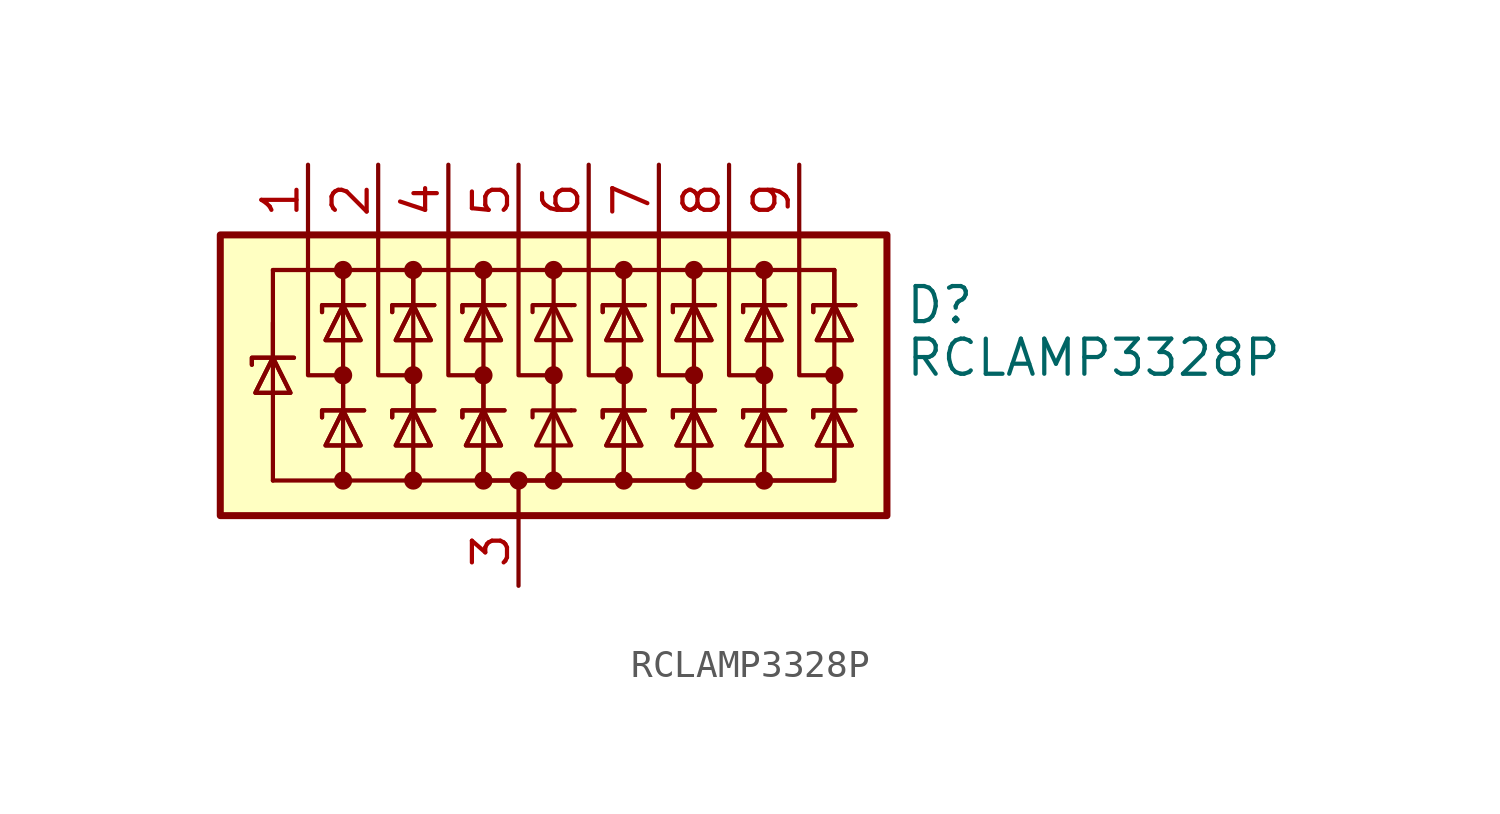
<source format=kicad_sym>
(kicad_symbol_lib
  (version 20201005)
  (generator kicad_symbol_editor)
  (symbol "Power_Protection:RCLAMP3328P"
    (pin_names hide)
    (property "Reference" "D"
      (at 13.97 2.54 0)
      (effects (font (size 1.27 1.27)) (justify left)))
    (property "Value" "RCLAMP3328P"
      (at 13.97 0.635 0)
      (effects (font (size 1.27 1.27)) (justify left)))
    (symbol "RCLAMP3328P_0_0"
      (pin passive line (at 0 -7.62 90) (length 2.54) (name "A" (effects (font (size 1.27 1.27)))) (number "3" (effects (font (size 1.27 1.27))))))
    (symbol "RCLAMP3328P_0_1"
      (circle (center -6.35 -3.81) (radius 0.254) (stroke (width 0)) (fill (type outline)))
      (circle (center -6.35 0) (radius 0.254) (stroke (width 0)) (fill (type outline)))
      (circle (center -6.35 3.81) (radius 0.254) (stroke (width 0)) (fill (type outline)))
      (circle (center -3.81 -3.81) (radius 0.254) (stroke (width 0)) (fill (type outline)))
      (circle (center -3.81 0) (radius 0.254) (stroke (width 0)) (fill (type outline)))
      (circle (center -3.81 3.81) (radius 0.254) (stroke (width 0)) (fill (type outline)))
      (circle (center -1.27 -3.81) (radius 0.254) (stroke (width 0)) (fill (type outline)))
      (circle (center -1.27 0) (radius 0.254) (stroke (width 0)) (fill (type outline)))
      (circle (center -1.27 3.81) (radius 0.254) (stroke (width 0)) (fill (type outline)))
      (circle (center 0 -3.81) (radius 0.254) (stroke (width 0)) (fill (type outline)))
      (circle (center 1.27 -3.81) (radius 0.254) (stroke (width 0)) (fill (type outline)))
      (circle (center 1.27 0) (radius 0.254) (stroke (width 0)) (fill (type outline)))
      (circle (center 1.27 3.81) (radius 0.254) (stroke (width 0)) (fill (type outline)))
      (circle (center 3.81 -3.81) (radius 0.254) (stroke (width 0)) (fill (type outline)))
      (circle (center 3.81 0) (radius 0.254) (stroke (width 0)) (fill (type outline)))
      (circle (center 3.81 3.81) (radius 0.254) (stroke (width 0)) (fill (type outline)))
      (circle (center 6.35 -3.81) (radius 0.254) (stroke (width 0)) (fill (type outline)))
      (circle (center 6.35 0) (radius 0.254) (stroke (width 0)) (fill (type outline)))
      (circle (center 6.35 3.81) (radius 0.254) (stroke (width 0)) (fill (type outline)))
      (circle (center 8.89 -3.81) (radius 0.254) (stroke (width 0)) (fill (type outline)))
      (circle (center 8.89 0) (radius 0.254) (stroke (width 0)) (fill (type outline)))
      (circle (center 8.89 3.81) (radius 0.254) (stroke (width 0)) (fill (type outline)))
      (circle (center 11.43 0) (radius 0.254) (stroke (width 0)) (fill (type outline)))
      (rectangle (start -10.795 5.08) (end 13.335 -5.08) (stroke (width 0.254)) (fill (type background)))
      (polyline (pts (xy -8.89 0.635) (xy -8.89 -3.81)) (stroke (width 0)) (fill (type none)))
      (polyline (pts (xy -8.89 1.905) (xy -8.89 0.635)) (stroke (width 0)) (fill (type none)))
      (polyline (pts (xy -8.89 3.81) (xy -8.89 0.635)) (stroke (width 0)) (fill (type none)))
      (polyline (pts (xy -6.35 -3.81) (xy -8.89 -3.81)) (stroke (width 0)) (fill (type none)))
      (polyline (pts (xy -6.35 0) (xy -6.35 -1.27)) (stroke (width 0)) (fill (type none)))
      (polyline (pts (xy -6.35 2.54) (xy -6.35 -1.27)) (stroke (width 0)) (fill (type none)))
      (polyline (pts (xy -6.35 3.81) (xy -6.35 2.54)) (stroke (width 0)) (fill (type none)))
      (polyline (pts (xy -6.35 3.81) (xy -6.35 2.54)) (stroke (width 0)) (fill (type none)))
      (polyline (pts (xy -3.81 0) (xy -3.81 -1.27)) (stroke (width 0)) (fill (type none)))
      (polyline (pts (xy -3.81 2.54) (xy -3.81 -1.27)) (stroke (width 0)) (fill (type none)))
      (polyline (pts (xy -3.81 3.81) (xy -3.81 2.54)) (stroke (width 0)) (fill (type none)))
      (polyline (pts (xy -3.81 3.81) (xy -3.81 2.54)) (stroke (width 0)) (fill (type none)))
      (polyline (pts (xy -1.27 0) (xy -1.27 -1.27)) (stroke (width 0)) (fill (type none)))
      (polyline (pts (xy -1.27 2.54) (xy -1.27 -1.27)) (stroke (width 0)) (fill (type none)))
      (polyline (pts (xy -1.27 3.81) (xy -1.27 2.54)) (stroke (width 0)) (fill (type none)))
      (polyline (pts (xy -1.27 3.81) (xy -1.27 2.54)) (stroke (width 0)) (fill (type none)))
      (polyline (pts (xy 0 -5.08) (xy 0 -3.81)) (stroke (width 0)) (fill (type none)))
      (polyline (pts (xy 1.27 -3.81) (xy 1.27 2.54)) (stroke (width 0)) (fill (type none)))
      (polyline (pts (xy 1.27 3.81) (xy 1.27 2.54)) (stroke (width 0)) (fill (type none)))
      (polyline (pts (xy 1.905 -1.27) (xy 2.032 -1.27)) (stroke (width 0)) (fill (type none)))
      (polyline (pts (xy 1.905 2.54) (xy 2.032 2.54)) (stroke (width 0)) (fill (type none)))
      (polyline (pts (xy 3.81 2.54) (xy 3.81 -1.27)) (stroke (width 0)) (fill (type none)))
      (polyline (pts (xy 3.81 3.81) (xy 3.81 2.54)) (stroke (width 0)) (fill (type none)))
      (polyline (pts (xy 6.35 2.54) (xy 6.35 -1.27)) (stroke (width 0)) (fill (type none)))
      (polyline (pts (xy 6.35 3.81) (xy 6.35 2.54)) (stroke (width 0)) (fill (type none)))
      (polyline (pts (xy 6.35 3.81) (xy 6.35 2.54)) (stroke (width 0)) (fill (type none)))
      (polyline (pts (xy 8.89 2.54) (xy 8.89 -1.27)) (stroke (width 0)) (fill (type none)))
      (polyline (pts (xy 8.89 3.81) (xy 8.89 2.54)) (stroke (width 0)) (fill (type none)))
      (polyline (pts (xy 8.89 3.81) (xy 8.89 2.54)) (stroke (width 0)) (fill (type none)))
      (polyline (pts (xy 11.43 2.54) (xy 11.43 -1.27)) (stroke (width 0)) (fill (type none)))
      (polyline (pts (xy 11.43 3.81) (xy -8.89 3.81)) (stroke (width 0)) (fill (type none)))
      (polyline (pts (xy 11.43 3.81) (xy 11.43 2.54)) (stroke (width 0)) (fill (type none)))
      (polyline (pts (xy 11.43 3.81) (xy 11.43 2.54)) (stroke (width 0)) (fill (type none)))
      (polyline (pts (xy -7.62 5.08) (xy -7.62 0) (xy -6.35 0)) (stroke (width 0)) (fill (type none)))
      (polyline (pts (xy -6.35 -1.27) (xy -6.35 -3.81) (xy -3.81 -3.81)) (stroke (width 0)) (fill (type none)))
      (polyline (pts (xy -5.08 5.08) (xy -5.08 0) (xy -3.81 0)) (stroke (width 0)) (fill (type none)))
      (polyline (pts (xy -3.81 -1.27) (xy -3.81 -3.81) (xy -1.27 -3.81)) (stroke (width 0)) (fill (type none)))
      (polyline (pts (xy -2.54 5.08) (xy -2.54 0) (xy -1.27 0)) (stroke (width 0)) (fill (type none)))
      (polyline (pts (xy 0 5.08) (xy 0 0) (xy 1.27 0)) (stroke (width 0)) (fill (type none)))
      (polyline (pts (xy 1.905 -1.27) (xy 0.508 -1.27) (xy 0.508 -1.524)) (stroke (width 0)) (fill (type none)))
      (polyline (pts (xy 1.905 2.54) (xy 0.508 2.54) (xy 0.508 2.286)) (stroke (width 0)) (fill (type none)))
      (polyline (pts (xy 2.54 5.08) (xy 2.54 0) (xy 3.81 0)) (stroke (width 0)) (fill (type none)))
      (polyline (pts (xy 5.08 5.08) (xy 5.08 0) (xy 6.35 0)) (stroke (width 0)) (fill (type none)))
      (polyline (pts (xy 6.35 -1.27) (xy 6.35 -3.81) (xy 3.81 -3.81)) (stroke (width 0)) (fill (type none)))
      (polyline (pts (xy 6.35 -1.27) (xy 6.35 -3.81) (xy 3.81 -3.81)) (stroke (width 0)) (fill (type none)))
      (polyline (pts (xy 7.62 5.08) (xy 7.62 0) (xy 8.89 0)) (stroke (width 0)) (fill (type none)))
      (polyline (pts (xy 8.89 -1.27) (xy 8.89 -3.81) (xy 6.35 -3.81)) (stroke (width 0)) (fill (type none)))
      (polyline (pts (xy 8.89 -1.27) (xy 8.89 -3.81) (xy 6.35 -3.81)) (stroke (width 0)) (fill (type none)))
      (polyline (pts (xy 10.16 5.08) (xy 10.16 0) (xy 11.43 0)) (stroke (width 0)) (fill (type none)))
      (polyline (pts (xy 11.43 -1.27) (xy 11.43 -3.81) (xy 8.89 -3.81)) (stroke (width 0)) (fill (type none)))
      (polyline (pts (xy 11.43 -1.27) (xy 11.43 -3.81) (xy 8.89 -3.81)) (stroke (width 0)) (fill (type none)))
      (polyline (pts (xy -9.652 0.381) (xy -9.652 0.635) (xy -8.255 0.635) (xy -8.128 0.635)) (stroke (width 0)) (fill (type none)))
      (polyline (pts (xy -9.652 0.381) (xy -9.652 0.635) (xy -8.255 0.635) (xy -8.128 0.635)) (stroke (width 0)) (fill (type none)))
      (polyline (pts (xy -8.89 0.635) (xy -8.255 -0.635) (xy -9.525 -0.635) (xy -8.89 0.635)) (stroke (width 0)) (fill (type none)))
      (polyline (pts (xy -8.89 0.635) (xy -8.255 -0.635) (xy -9.525 -0.635) (xy -8.89 0.635)) (stroke (width 0)) (fill (type none)))
      (polyline (pts (xy -7.112 -1.524) (xy -7.112 -1.27) (xy -5.715 -1.27) (xy -5.588 -1.27)) (stroke (width 0)) (fill (type none)))
      (polyline (pts (xy -7.112 -1.524) (xy -7.112 -1.27) (xy -5.715 -1.27) (xy -5.588 -1.27)) (stroke (width 0)) (fill (type none)))
      (polyline (pts (xy -7.112 2.286) (xy -7.112 2.54) (xy -5.715 2.54) (xy -5.588 2.54)) (stroke (width 0)) (fill (type none)))
      (polyline (pts (xy -7.112 2.286) (xy -7.112 2.54) (xy -5.715 2.54) (xy -5.588 2.54)) (stroke (width 0)) (fill (type none)))
      (polyline (pts (xy -6.35 -1.27) (xy -5.715 -2.54) (xy -6.985 -2.54) (xy -6.35 -1.27)) (stroke (width 0)) (fill (type none)))
      (polyline (pts (xy -6.35 -1.27) (xy -5.715 -2.54) (xy -6.985 -2.54) (xy -6.35 -1.27)) (stroke (width 0)) (fill (type none)))
      (polyline (pts (xy -6.35 2.54) (xy -5.715 1.27) (xy -6.985 1.27) (xy -6.35 2.54)) (stroke (width 0)) (fill (type none)))
      (polyline (pts (xy -6.35 2.54) (xy -5.715 1.27) (xy -6.985 1.27) (xy -6.35 2.54)) (stroke (width 0)) (fill (type none)))
      (polyline (pts (xy -4.572 -1.524) (xy -4.572 -1.27) (xy -3.175 -1.27) (xy -3.048 -1.27)) (stroke (width 0)) (fill (type none)))
      (polyline (pts (xy -4.572 -1.524) (xy -4.572 -1.27) (xy -3.175 -1.27) (xy -3.048 -1.27)) (stroke (width 0)) (fill (type none)))
      (polyline (pts (xy -4.572 2.286) (xy -4.572 2.54) (xy -3.175 2.54) (xy -3.048 2.54)) (stroke (width 0)) (fill (type none)))
      (polyline (pts (xy -4.572 2.286) (xy -4.572 2.54) (xy -3.175 2.54) (xy -3.048 2.54)) (stroke (width 0)) (fill (type none)))
      (polyline (pts (xy -3.81 -1.27) (xy -3.175 -2.54) (xy -4.445 -2.54) (xy -3.81 -1.27)) (stroke (width 0)) (fill (type none)))
      (polyline (pts (xy -3.81 -1.27) (xy -3.175 -2.54) (xy -4.445 -2.54) (xy -3.81 -1.27)) (stroke (width 0)) (fill (type none)))
      (polyline (pts (xy -3.81 2.54) (xy -3.175 1.27) (xy -4.445 1.27) (xy -3.81 2.54)) (stroke (width 0)) (fill (type none)))
      (polyline (pts (xy -3.81 2.54) (xy -3.175 1.27) (xy -4.445 1.27) (xy -3.81 2.54)) (stroke (width 0)) (fill (type none)))
      (polyline (pts (xy -2.032 -1.524) (xy -2.032 -1.27) (xy -0.635 -1.27) (xy -0.508 -1.27)) (stroke (width 0)) (fill (type none)))
      (polyline (pts (xy -2.032 -1.524) (xy -2.032 -1.27) (xy -0.635 -1.27) (xy -0.508 -1.27)) (stroke (width 0)) (fill (type none)))
      (polyline (pts (xy -2.032 2.286) (xy -2.032 2.54) (xy -0.635 2.54) (xy -0.508 2.54)) (stroke (width 0)) (fill (type none)))
      (polyline (pts (xy -2.032 2.286) (xy -2.032 2.54) (xy -0.635 2.54) (xy -0.508 2.54)) (stroke (width 0)) (fill (type none)))
      (polyline (pts (xy -1.27 -1.27) (xy -1.27 -3.81) (xy 3.81 -3.81) (xy 3.81 -1.27)) (stroke (width 0)) (fill (type none)))
      (polyline (pts (xy -1.27 -1.27) (xy -1.27 -3.81) (xy 3.81 -3.81) (xy 3.81 -1.27)) (stroke (width 0)) (fill (type none)))
      (polyline (pts (xy -1.27 -1.27) (xy -0.635 -2.54) (xy -1.905 -2.54) (xy -1.27 -1.27)) (stroke (width 0)) (fill (type none)))
      (polyline (pts (xy -1.27 -1.27) (xy -0.635 -2.54) (xy -1.905 -2.54) (xy -1.27 -1.27)) (stroke (width 0)) (fill (type none)))
      (polyline (pts (xy -1.27 2.54) (xy -0.635 1.27) (xy -1.905 1.27) (xy -1.27 2.54)) (stroke (width 0)) (fill (type none)))
      (polyline (pts (xy -1.27 2.54) (xy -0.635 1.27) (xy -1.905 1.27) (xy -1.27 2.54)) (stroke (width 0)) (fill (type none)))
      (polyline (pts (xy 1.905 -2.54) (xy 0.635 -2.54) (xy 1.27 -1.27) (xy 1.905 -2.54)) (stroke (width 0)) (fill (type none)))
      (polyline (pts (xy 1.905 1.27) (xy 0.635 1.27) (xy 1.27 2.54) (xy 1.905 1.27)) (stroke (width 0)) (fill (type none)))
      (polyline (pts (xy 3.048 -1.524) (xy 3.048 -1.27) (xy 4.445 -1.27) (xy 4.572 -1.27)) (stroke (width 0)) (fill (type none)))
      (polyline (pts (xy 3.048 -1.524) (xy 3.048 -1.27) (xy 4.445 -1.27) (xy 4.572 -1.27)) (stroke (width 0)) (fill (type none)))
      (polyline (pts (xy 3.048 2.286) (xy 3.048 2.54) (xy 4.445 2.54) (xy 4.572 2.54)) (stroke (width 0)) (fill (type none)))
      (polyline (pts (xy 3.048 2.286) (xy 3.048 2.54) (xy 4.445 2.54) (xy 4.572 2.54)) (stroke (width 0)) (fill (type none)))
      (polyline (pts (xy 3.81 -1.27) (xy 3.175 -2.54) (xy 4.445 -2.54) (xy 3.81 -1.27)) (stroke (width 0)) (fill (type none)))
      (polyline (pts (xy 3.81 -1.27) (xy 3.175 -2.54) (xy 4.445 -2.54) (xy 3.81 -1.27)) (stroke (width 0)) (fill (type none)))
      (polyline (pts (xy 3.81 2.54) (xy 3.175 1.27) (xy 4.445 1.27) (xy 3.81 2.54)) (stroke (width 0)) (fill (type none)))
      (polyline (pts (xy 3.81 2.54) (xy 3.175 1.27) (xy 4.445 1.27) (xy 3.81 2.54)) (stroke (width 0)) (fill (type none)))
      (polyline (pts (xy 5.588 -1.524) (xy 5.588 -1.27) (xy 6.985 -1.27) (xy 7.112 -1.27)) (stroke (width 0)) (fill (type none)))
      (polyline (pts (xy 5.588 -1.524) (xy 5.588 -1.27) (xy 6.985 -1.27) (xy 7.112 -1.27)) (stroke (width 0)) (fill (type none)))
      (polyline (pts (xy 5.588 2.286) (xy 5.588 2.54) (xy 6.985 2.54) (xy 7.112 2.54)) (stroke (width 0)) (fill (type none)))
      (polyline (pts (xy 5.588 2.286) (xy 5.588 2.54) (xy 6.985 2.54) (xy 7.112 2.54)) (stroke (width 0)) (fill (type none)))
      (polyline (pts (xy 6.35 -1.27) (xy 5.715 -2.54) (xy 6.985 -2.54) (xy 6.35 -1.27)) (stroke (width 0)) (fill (type none)))
      (polyline (pts (xy 6.35 -1.27) (xy 5.715 -2.54) (xy 6.985 -2.54) (xy 6.35 -1.27)) (stroke (width 0)) (fill (type none)))
      (polyline (pts (xy 6.35 2.54) (xy 5.715 1.27) (xy 6.985 1.27) (xy 6.35 2.54)) (stroke (width 0)) (fill (type none)))
      (polyline (pts (xy 6.35 2.54) (xy 5.715 1.27) (xy 6.985 1.27) (xy 6.35 2.54)) (stroke (width 0)) (fill (type none)))
      (polyline (pts (xy 8.128 -1.524) (xy 8.128 -1.27) (xy 9.525 -1.27) (xy 9.652 -1.27)) (stroke (width 0)) (fill (type none)))
      (polyline (pts (xy 8.128 -1.524) (xy 8.128 -1.27) (xy 9.525 -1.27) (xy 9.652 -1.27)) (stroke (width 0)) (fill (type none)))
      (polyline (pts (xy 8.128 2.286) (xy 8.128 2.54) (xy 9.525 2.54) (xy 9.652 2.54)) (stroke (width 0)) (fill (type none)))
      (polyline (pts (xy 8.128 2.286) (xy 8.128 2.54) (xy 9.525 2.54) (xy 9.652 2.54)) (stroke (width 0)) (fill (type none)))
      (polyline (pts (xy 8.89 -1.27) (xy 8.255 -2.54) (xy 9.525 -2.54) (xy 8.89 -1.27)) (stroke (width 0)) (fill (type none)))
      (polyline (pts (xy 8.89 -1.27) (xy 8.255 -2.54) (xy 9.525 -2.54) (xy 8.89 -1.27)) (stroke (width 0)) (fill (type none)))
      (polyline (pts (xy 8.89 2.54) (xy 8.255 1.27) (xy 9.525 1.27) (xy 8.89 2.54)) (stroke (width 0)) (fill (type none)))
      (polyline (pts (xy 8.89 2.54) (xy 8.255 1.27) (xy 9.525 1.27) (xy 8.89 2.54)) (stroke (width 0)) (fill (type none)))
      (polyline (pts (xy 10.668 -1.524) (xy 10.668 -1.27) (xy 12.065 -1.27) (xy 12.192 -1.27)) (stroke (width 0)) (fill (type none)))
      (polyline (pts (xy 10.668 -1.524) (xy 10.668 -1.27) (xy 12.065 -1.27) (xy 12.192 -1.27)) (stroke (width 0)) (fill (type none)))
      (polyline (pts (xy 10.668 2.286) (xy 10.668 2.54) (xy 12.065 2.54) (xy 12.192 2.54)) (stroke (width 0)) (fill (type none)))
      (polyline (pts (xy 10.668 2.286) (xy 10.668 2.54) (xy 12.065 2.54) (xy 12.192 2.54)) (stroke (width 0)) (fill (type none)))
      (polyline (pts (xy 11.43 -1.27) (xy 10.795 -2.54) (xy 12.065 -2.54) (xy 11.43 -1.27)) (stroke (width 0)) (fill (type none)))
      (polyline (pts (xy 11.43 -1.27) (xy 10.795 -2.54) (xy 12.065 -2.54) (xy 11.43 -1.27)) (stroke (width 0)) (fill (type none)))
      (polyline (pts (xy 11.43 2.54) (xy 10.795 1.27) (xy 12.065 1.27) (xy 11.43 2.54)) (stroke (width 0)) (fill (type none)))
      (polyline (pts (xy 11.43 2.54) (xy 10.795 1.27) (xy 12.065 1.27) (xy 11.43 2.54)) (stroke (width 0)) (fill (type none))))
    (symbol "RCLAMP3328P_1_1"
      (pin passive line (at -7.62 7.62 270) (length 2.54) (name "K1" (effects (font (size 1.27 1.27)))) (number "1" (effects (font (size 1.27 1.27)))))
      (pin passive line (at -5.08 7.62 270) (length 2.54) (name "K2" (effects (font (size 1.27 1.27)))) (number "2" (effects (font (size 1.27 1.27)))))
      (pin passive line (at -2.54 7.62 270) (length 2.54) (name "K3" (effects (font (size 1.27 1.27)))) (number "4" (effects (font (size 1.27 1.27)))))
      (pin passive line (at 0 7.62 270) (length 2.54) (name "K4" (effects (font (size 1.27 1.27)))) (number "5" (effects (font (size 1.27 1.27)))))
      (pin passive line (at 2.54 7.62 270) (length 2.54) (name "K5" (effects (font (size 1.27 1.27)))) (number "6" (effects (font (size 1.27 1.27)))))
      (pin passive line (at 5.08 7.62 270) (length 2.54) (name "K6" (effects (font (size 1.27 1.27)))) (number "7" (effects (font (size 1.27 1.27)))))
      (pin passive line (at 7.62 7.62 270) (length 2.54) (name "K7" (effects (font (size 1.27 1.27)))) (number "8" (effects (font (size 1.27 1.27)))))
      (pin passive line (at 10.16 7.62 270) (length 2.54) (name "K8" (effects (font (size 1.27 1.27)))) (number "9" (effects (font (size 1.27 1.27))))))))
</source>
